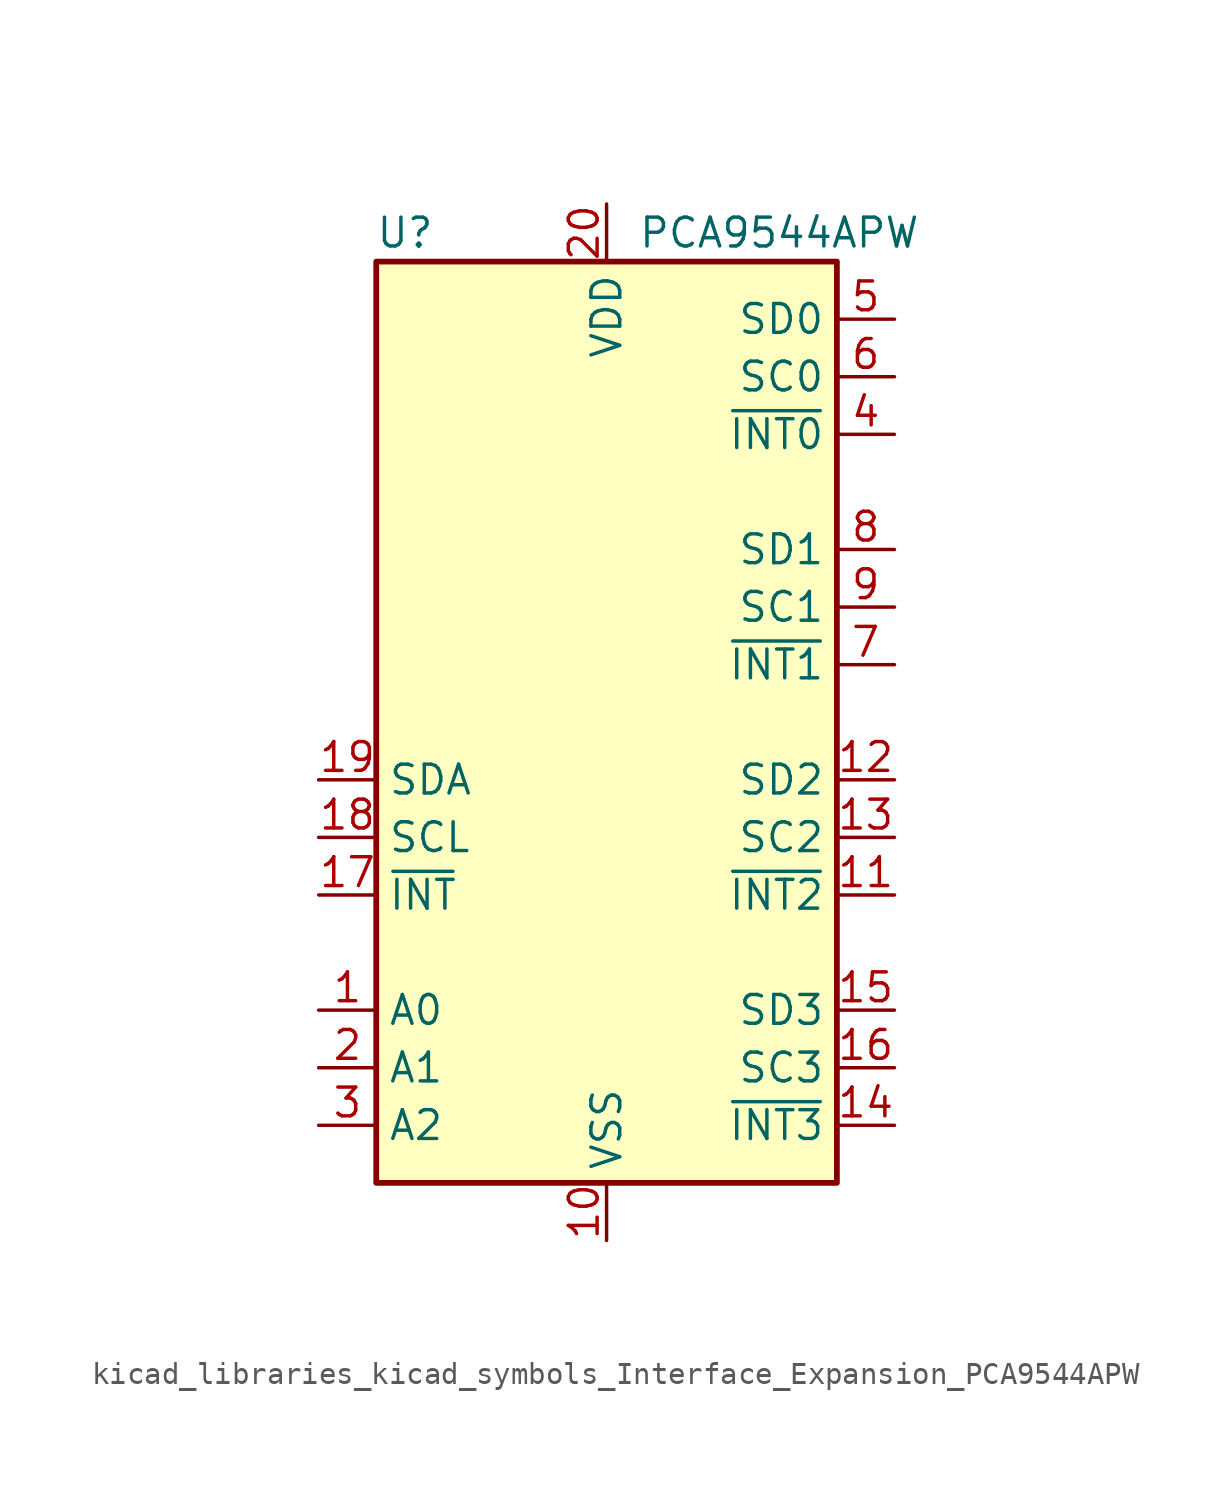
<source format=kicad_sym>
(kicad_symbol_lib
  (version 20220914)
  (generator kicad_symbol_editor)
  (symbol "kicad_libraries_kicad_symbols_Interface_Expansion_PCA9544APW"
    (property "Reference" "U"
      (at -8.89 21.59 0)
      (effects (font (size 1.27 1.27))))
    (property "Value" "PCA9544APW"
      (at 7.62 21.59 0)
      (effects (font (size 1.27 1.27))))
    (symbol "kicad_libraries_kicad_symbols_Interface_Expansion_PCA9544APW_0_1"
      (rectangle (start 10.16 20.32) (end -10.16 -20.32) (stroke (width 0.254) (type default)) (fill (type background))))
    (symbol "kicad_libraries_kicad_symbols_Interface_Expansion_PCA9544APW_1_1"
      (pin input line (at -12.7 -12.7 0) (length 2.54) (name "A0" (effects (font (size 1.27 1.27)))) (number "1" (effects (font (size 1.27 1.27)))))
      (pin power_in line (at 0 -22.86 90) (length 2.54) (name "VSS" (effects (font (size 1.27 1.27)))) (number "10" (effects (font (size 1.27 1.27)))))
      (pin input line (at 12.7 -7.62 180) (length 2.54) (name "~{INT2}" (effects (font (size 1.27 1.27)))) (number "11" (effects (font (size 1.27 1.27)))))
      (pin bidirectional line (at 12.7 -2.54 180) (length 2.54) (name "SD2" (effects (font (size 1.27 1.27)))) (number "12" (effects (font (size 1.27 1.27)))))
      (pin output line (at 12.7 -5.08 180) (length 2.54) (name "SC2" (effects (font (size 1.27 1.27)))) (number "13" (effects (font (size 1.27 1.27)))))
      (pin input line (at 12.7 -17.78 180) (length 2.54) (name "~{INT3}" (effects (font (size 1.27 1.27)))) (number "14" (effects (font (size 1.27 1.27)))))
      (pin bidirectional line (at 12.7 -12.7 180) (length 2.54) (name "SD3" (effects (font (size 1.27 1.27)))) (number "15" (effects (font (size 1.27 1.27)))))
      (pin output line (at 12.7 -15.24 180) (length 2.54) (name "SC3" (effects (font (size 1.27 1.27)))) (number "16" (effects (font (size 1.27 1.27)))))
      (pin open_collector line (at -12.7 -7.62 0) (length 2.54) (name "~{INT}" (effects (font (size 1.27 1.27)))) (number "17" (effects (font (size 1.27 1.27)))))
      (pin input line (at -12.7 -5.08 0) (length 2.54) (name "SCL" (effects (font (size 1.27 1.27)))) (number "18" (effects (font (size 1.27 1.27)))))
      (pin bidirectional line (at -12.7 -2.54 0) (length 2.54) (name "SDA" (effects (font (size 1.27 1.27)))) (number "19" (effects (font (size 1.27 1.27)))))
      (pin input line (at -12.7 -15.24 0) (length 2.54) (name "A1" (effects (font (size 1.27 1.27)))) (number "2" (effects (font (size 1.27 1.27)))))
      (pin power_in line (at 0 22.86 270) (length 2.54) (name "VDD" (effects (font (size 1.27 1.27)))) (number "20" (effects (font (size 1.27 1.27)))))
      (pin input line (at -12.7 -17.78 0) (length 2.54) (name "A2" (effects (font (size 1.27 1.27)))) (number "3" (effects (font (size 1.27 1.27)))))
      (pin input line (at 12.7 12.7 180) (length 2.54) (name "~{INT0}" (effects (font (size 1.27 1.27)))) (number "4" (effects (font (size 1.27 1.27)))))
      (pin bidirectional line (at 12.7 17.78 180) (length 2.54) (name "SD0" (effects (font (size 1.27 1.27)))) (number "5" (effects (font (size 1.27 1.27)))))
      (pin output line (at 12.7 15.24 180) (length 2.54) (name "SC0" (effects (font (size 1.27 1.27)))) (number "6" (effects (font (size 1.27 1.27)))))
      (pin input line (at 12.7 2.54 180) (length 2.54) (name "~{INT1}" (effects (font (size 1.27 1.27)))) (number "7" (effects (font (size 1.27 1.27)))))
      (pin bidirectional line (at 12.7 7.62 180) (length 2.54) (name "SD1" (effects (font (size 1.27 1.27)))) (number "8" (effects (font (size 1.27 1.27)))))
      (pin output line (at 12.7 5.08 180) (length 2.54) (name "SC1" (effects (font (size 1.27 1.27)))) (number "9" (effects (font (size 1.27 1.27))))))))
</source>
